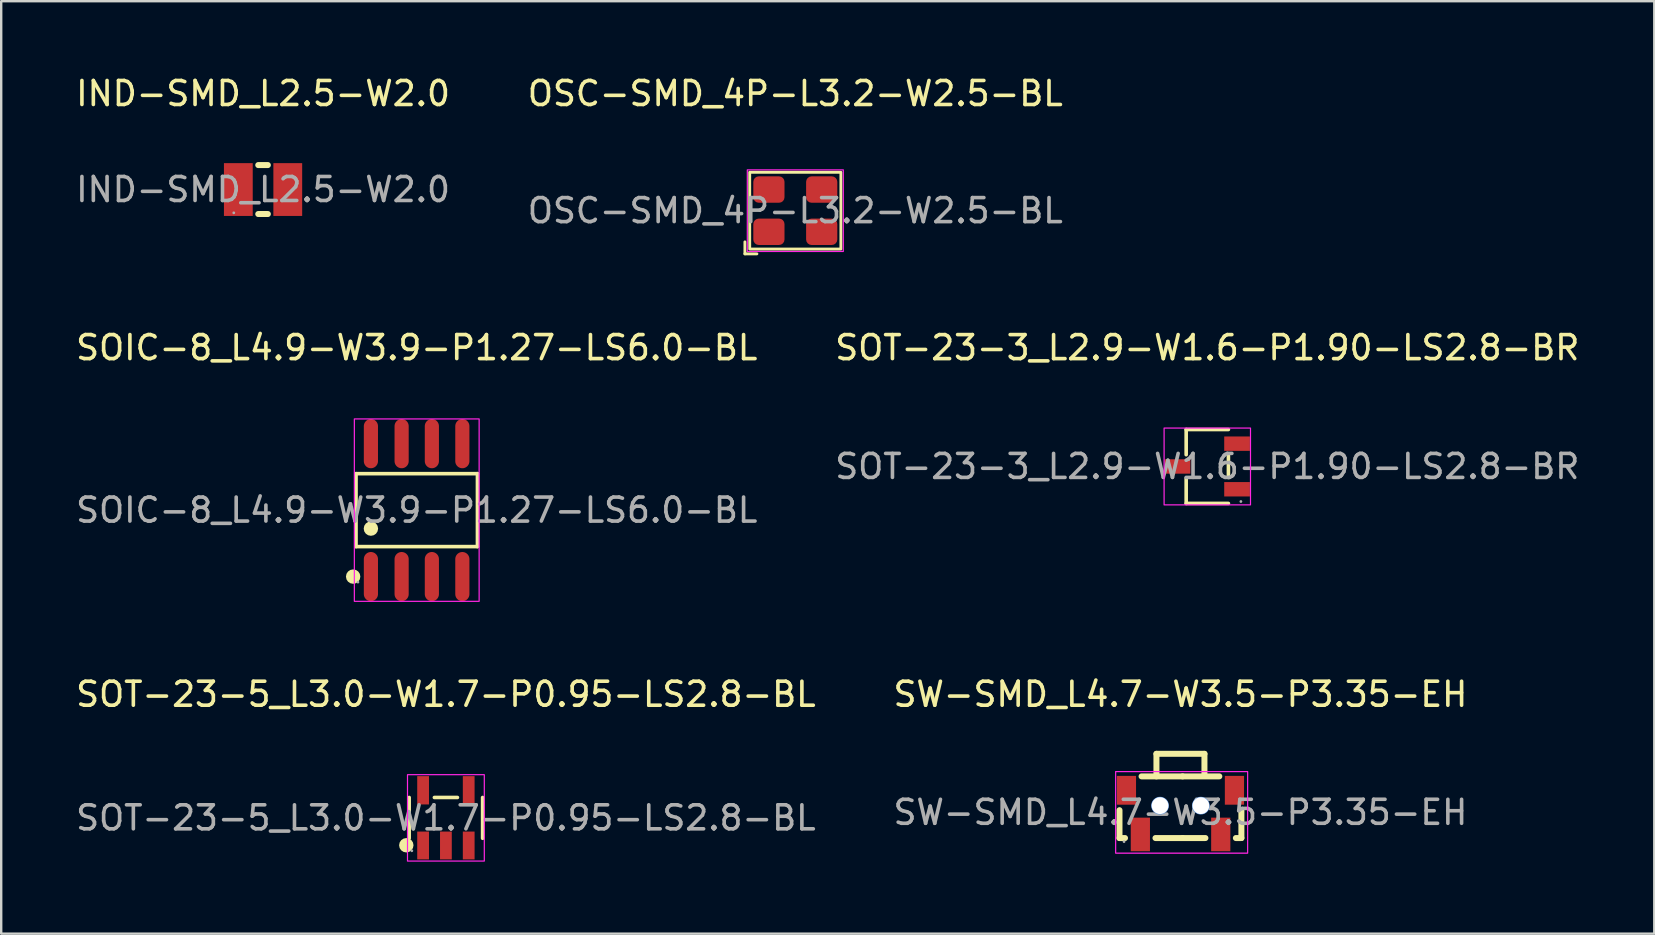
<source format=kicad_pcb>
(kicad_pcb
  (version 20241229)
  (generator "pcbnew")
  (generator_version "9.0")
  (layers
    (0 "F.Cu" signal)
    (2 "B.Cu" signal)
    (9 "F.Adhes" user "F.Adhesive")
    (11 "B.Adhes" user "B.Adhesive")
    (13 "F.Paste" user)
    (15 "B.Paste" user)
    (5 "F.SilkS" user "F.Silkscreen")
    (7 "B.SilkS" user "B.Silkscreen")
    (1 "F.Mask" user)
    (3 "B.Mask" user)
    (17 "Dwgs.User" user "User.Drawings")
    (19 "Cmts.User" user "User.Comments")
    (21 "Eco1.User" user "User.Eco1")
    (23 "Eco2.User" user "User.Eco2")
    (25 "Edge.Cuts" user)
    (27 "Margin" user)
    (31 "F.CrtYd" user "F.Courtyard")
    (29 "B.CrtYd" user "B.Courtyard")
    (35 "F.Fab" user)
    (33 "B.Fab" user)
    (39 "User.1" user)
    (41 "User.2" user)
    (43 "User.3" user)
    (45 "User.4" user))
  (footprint "SW-SMD_L4.7-W3.5-P3.35-EH"
    (layer "F.Cu")
    (at 46.137 30.8)
    (property "Reference" "SW-SMD_L4.7-W3.5-P3.35-EH" (at 0 -4.92 0) (layer "F.SilkS") (effects (font (size 1 1) (thickness 0.15))))
    (attr smd)
    (fp_line (start -2.54 1.07) (end -2.54 -0.09) (stroke (width 0.25) (type solid)) (layer "F.SilkS"))
    (fp_line (start -2.31 1.07) (end -2.54 1.07) (stroke (width 0.25) (type solid)) (layer "F.SilkS"))
    (fp_line (start -1 -2.44) (end -1 -1.5) (stroke (width 0.25) (type solid)) (layer "F.SilkS"))
    (fp_line (start -1 -2.44) (end 1 -2.44) (stroke (width 0.25) (type solid)) (layer "F.SilkS"))
    (fp_line (start 0.09 -1.5) (end -1.62 -1.5) (stroke (width 0.25) (type solid)) (layer "F.SilkS"))
    (fp_line (start 0.09 -1.5) (end 1.62 -1.5) (stroke (width 0.25) (type solid)) (layer "F.SilkS"))
    (fp_line (start 0.09 1.07) (end -1.04 1.07) (stroke (width 0.25) (type solid)) (layer "F.SilkS"))
    (fp_line (start 0.09 1.07) (end 1.04 1.07) (stroke (width 0.25) (type solid)) (layer "F.SilkS"))
    (fp_line (start 1 -2.44) (end 1 -1.52) (stroke (width 0.25) (type solid)) (layer "F.SilkS"))
    (fp_line (start 2.31 1.07) (end 2.54 1.07) (stroke (width 0.25) (type solid)) (layer "F.SilkS"))
    (fp_line (start 2.54 1.07) (end 2.54 -0.09) (stroke (width 0.25) (type solid)) (layer "F.SilkS"))
    (fp_circle (center -0.85 -0.28) (end -0.73 -0.28) (stroke (width 0.25) (type solid)) (fill no) (layer "Cmts.User"))
    (fp_circle (center 0.85 -0.28) (end 0.97 -0.28) (stroke (width 0.25) (type solid)) (fill no) (layer "Cmts.User"))
    (fp_rect (start -2.7 -1.7) (end 2.8 1.7) (stroke (width 0.05) (type default)) (fill no) (layer "F.CrtYd"))
    (fp_circle (center -2.35 1.22) (end -2.32 1.22) (stroke (width 0.06) (type solid)) (fill no) (layer "F.Fab"))
    (fp_text user "${REFERENCE}" (at 0 0 0) (layer "F.Fab") (effects (font (size 1 1) (thickness 0.15))))
    (pad "" thru_hole circle (at -0.85 -0.28) (size 0.7 0.7) (drill 0.7) (layers "*.Cu" "*.Mask"))
    (pad "" thru_hole circle (at 0.85 -0.28) (size 0.7 0.7) (drill 0.7) (layers "*.Cu" "*.Mask"))
    (pad "1" smd rect (at -1.67 0.92) (size 0.8 1.4) (layers "F.Cu" "F.Mask" "F.Paste"))
    (pad "2" smd rect (at 1.68 0.92) (size 0.8 1.4) (layers "F.Cu" "F.Mask" "F.Paste"))
    (pad "3" smd rect (at -2.25 -0.92) (size 0.8 1.2) (layers "F.Cu" "F.Mask" "F.Paste"))
    (pad "4" smd rect (at 2.25 -0.92) (size 0.8 1.2) (layers "F.Cu" "F.Mask" "F.Paste")))
  (footprint "SOIC-8_L4.9-W3.9-P1.27-LS6.0-BL"
    (layer "F.Cu")
    (at 14.315 18.206)
    (property "Reference" "SOIC-8_L4.9-W3.9-P1.27-LS6.0-BL" (at 0 -6.77 0) (layer "F.SilkS") (effects (font (size 1 1) (thickness 0.15))))
    (attr smd)
    (fp_line (start -2.53 -1.52) (end 2.53 -1.52) (stroke (width 0.15) (type solid)) (layer "F.SilkS"))
    (fp_line (start -2.53 1.52) (end -2.53 -1.52) (stroke (width 0.15) (type solid)) (layer "F.SilkS"))
    (fp_line (start 2.53 -1.52) (end 2.53 1.52) (stroke (width 0.15) (type solid)) (layer "F.SilkS"))
    (fp_line (start 2.53 1.52) (end -2.53 1.52) (stroke (width 0.15) (type solid)) (layer "F.SilkS"))
    (fp_circle (center -2.65 2.77) (end -2.5 2.77) (stroke (width 0.3) (type solid)) (fill no) (layer "F.SilkS"))
    (fp_circle (center -1.91 0.77) (end -1.76 0.77) (stroke (width 0.3) (type solid)) (fill no) (layer "F.SilkS"))
    (fp_rect (start -2.6 -3.8) (end 2.6 3.8) (stroke (width 0.05) (type default)) (fill no) (layer "F.CrtYd"))
    (fp_circle (center -2.45 3) (end -2.42 3) (stroke (width 0.06) (type solid)) (fill no) (layer "F.Fab"))
    (fp_text user "${REFERENCE}" (at 0 0 0) (layer "F.Fab") (effects (font (size 1 1) (thickness 0.15))))
    (pad "1" smd oval (at -1.91 2.77) (size 0.59 2.05) (layers "F.Cu" "F.Mask" "F.Paste"))
    (pad "2" smd oval (at -0.63 2.77) (size 0.59 2.05) (layers "F.Cu" "F.Mask" "F.Paste"))
    (pad "3" smd oval (at 0.63 2.77) (size 0.59 2.05) (layers "F.Cu" "F.Mask" "F.Paste"))
    (pad "4" smd oval (at 1.9 2.77) (size 0.59 2.05) (layers "F.Cu" "F.Mask" "F.Paste"))
    (pad "5" smd oval (at 1.9 -2.77) (size 0.59 2.05) (layers "F.Cu" "F.Mask" "F.Paste"))
    (pad "6" smd oval (at 0.63 -2.77) (size 0.59 2.05) (layers "F.Cu" "F.Mask" "F.Paste"))
    (pad "7" smd oval (at -0.63 -2.77) (size 0.59 2.05) (layers "F.Cu" "F.Mask" "F.Paste"))
    (pad "8" smd oval (at -1.91 -2.77) (size 0.59 2.05) (layers "F.Cu" "F.Mask" "F.Paste")))
  (footprint "IND-SMD_L2.5-W2.0"
    (layer "F.Cu")
    (at 7.911 4.848)
    (property "Reference" "IND-SMD_L2.5-W2.0" (at 0 -4 0) (layer "F.SilkS") (effects (font (size 1 1) (thickness 0.15))))
    (attr smd)
    (fp_line (start -0.2 1.02) (end 0.2 1.02) (stroke (width 0.25) (type solid)) (layer "F.SilkS"))
    (fp_line (start 0.2 -1.02) (end -0.2 -1.02) (stroke (width 0.25) (type solid)) (layer "F.SilkS"))
    (fp_circle (center -1.22 0.97) (end -1.19 0.97) (stroke (width 0.06) (type solid)) (fill no) (layer "F.Fab"))
    (fp_text user "${REFERENCE}" (at 0 0 0) (layer "F.Fab") (effects (font (size 1 1) (thickness 0.15))))
    (pad "1" smd rect (at 1.03 0) (size 1.2 2.2) (layers "F.Cu" "F.Mask" "F.Paste"))
    (pad "2" smd rect (at -1.03 0) (size 1.2 2.2) (layers "F.Cu" "F.Mask" "F.Paste")))
  (footprint "SOT-23-5_L3.0-W1.7-P0.95-LS2.8-BL"
    (layer "F.Cu")
    (at 15.53 31.03)
    (property "Reference" "SOT-23-5_L3.0-W1.7-P0.95-LS2.8-BL" (at 0 -5.15 0) (layer "F.SilkS") (effects (font (size 1 1) (thickness 0.15))))
    (attr smd)
    (fp_line (start -1.53 0.85) (end -1.53 -0.85) (stroke (width 0.15) (type solid)) (layer "F.SilkS"))
    (fp_line (start 0.48 -0.85) (end -0.48 -0.85) (stroke (width 0.15) (type solid)) (layer "F.SilkS"))
    (fp_line (start 1.53 0.85) (end 1.53 -0.85) (stroke (width 0.15) (type solid)) (layer "F.SilkS"))
    (fp_circle (center -1.65 1.14) (end -1.5 1.14) (stroke (width 0.3) (type solid)) (fill no) (layer "F.SilkS"))
    (fp_rect (start -1.6 -1.8) (end 1.6 1.8) (stroke (width 0.05) (type default)) (fill no) (layer "F.CrtYd"))
    (fp_circle (center -1.42 1.37) (end -1.39 1.37) (stroke (width 0.06) (type solid)) (fill no) (layer "F.Fab"))
    (fp_text user "${REFERENCE}" (at 0 0 0) (layer "F.Fab") (effects (font (size 1 1) (thickness 0.15))))
    (pad "1" smd rect (at -0.95 1.15) (size 0.49 1.16) (layers "F.Cu" "F.Mask" "F.Paste"))
    (pad "2" smd rect (at 0 1.15) (size 0.49 1.16) (layers "F.Cu" "F.Mask" "F.Paste"))
    (pad "3" smd rect (at 0.95 1.15) (size 0.49 1.16) (layers "F.Cu" "F.Mask" "F.Paste"))
    (pad "4" smd rect (at 0.95 -1.15) (size 0.49 1.18) (layers "F.Cu" "F.Mask" "F.Paste"))
    (pad "5" smd rect (at -0.95 -1.15) (size 0.49 1.18) (layers "F.Cu" "F.Mask" "F.Paste")))
  (footprint "OSC-SMD_4P-L3.2-W2.5-BL"
    (layer "F.Cu")
    (at 30.089 5.728)
    (property "Reference" "OSC-SMD_4P-L3.2-W2.5-BL" (at 0 -4.88 0) (layer "F.SilkS") (effects (font (size 1 1) (thickness 0.15))))
    (attr smd)
    (fp_line (start -2.1 1.3) (end -2.1 1.8) (stroke (width 0.12) (type default)) (layer "F.SilkS"))
    (fp_line (start -2.1 1.8) (end -1.6 1.8) (stroke (width 0.12) (type default)) (layer "F.SilkS"))
    (fp_rect (start -1.9 -1.6) (end 1.9 1.6) (stroke (width 0.12) (type default)) (fill no) (layer "F.SilkS"))
    (fp_rect (start -2 -1.7) (end 2 1.7) (stroke (width 0.05) (type default)) (fill no) (layer "F.CrtYd"))
    (fp_text user "${REFERENCE}" (at 0 0 0) (layer "F.Fab") (effects (font (size 1 1) (thickness 0.15))))
    (pad "1" smd roundrect (at -1.1 0.88) (size 1.3 1.1) (layers "F.Cu" "F.Mask" "F.Paste") (roundrect_rratio 0.208))
    (pad "2" smd roundrect (at 1.1 0.88) (size 1.3 1.1) (layers "F.Cu" "F.Mask" "F.Paste") (roundrect_rratio 0.208))
    (pad "3" smd roundrect (at 1.1 -0.88) (size 1.3 1.1) (layers "F.Cu" "F.Mask" "F.Paste") (roundrect_rratio 0.208))
    (pad "4" smd roundrect (at -1.1 -0.88) (size 1.3 1.1) (layers "F.Cu" "F.Mask" "F.Paste") (roundrect_rratio 0.208)))
  (footprint "SOT-23-3_L2.9-W1.6-P1.90-LS2.8-BR"
    (layer "F.Cu")
    (at 47.256 16.387)
    (property "Reference" "SOT-23-3_L2.9-W1.6-P1.90-LS2.8-BR" (at 0 -4.95 0) (layer "F.SilkS") (effects (font (size 1 1) (thickness 0.15))))
    (attr smd)
    (fp_line (start -0.88 -1.54) (end -0.88 -0.49) (stroke (width 0.15) (type solid)) (layer "F.SilkS"))
    (fp_line (start -0.88 1.54) (end -0.88 0.49) (stroke (width 0.15) (type solid)) (layer "F.SilkS"))
    (fp_line (start 0.88 -1.54) (end -0.88 -1.54) (stroke (width 0.15) (type solid)) (layer "F.SilkS"))
    (fp_line (start 0.88 -0.46) (end 0.88 0.46) (stroke (width 0.15) (type solid)) (layer "F.SilkS"))
    (fp_line (start 0.88 1.54) (end -0.88 1.54) (stroke (width 0.15) (type solid)) (layer "F.SilkS"))
    (fp_rect (start -1.8 -1.6) (end 1.8 1.6) (stroke (width 0.05) (type default)) (fill no) (layer "F.CrtYd"))
    (fp_circle (center 1.4 1.46) (end 1.43 1.46) (stroke (width 0.06) (type solid)) (fill no) (layer "F.Fab"))
    (fp_text user "${REFERENCE}" (at 0 0 0) (layer "F.Fab") (effects (font (size 1 1) (thickness 0.15))))
    (pad "1" smd rect (at 1.24 0.95) (size 1.07 0.6) (layers "F.Cu" "F.Mask" "F.Paste"))
    (pad "2" smd rect (at 1.24 -0.95) (size 1.07 0.6) (layers "F.Cu" "F.Mask" "F.Paste"))
    (pad "3" smd rect (at -1.24 0) (size 1.07 0.6) (layers "F.Cu" "F.Mask" "F.Paste")))
  (gr_rect
    (start -3 -3)
    (end 65.881 35.855)
    (stroke (width 0.1) (type default))
    (fill no)
    (layer "Edge.Cuts")))
</source>
